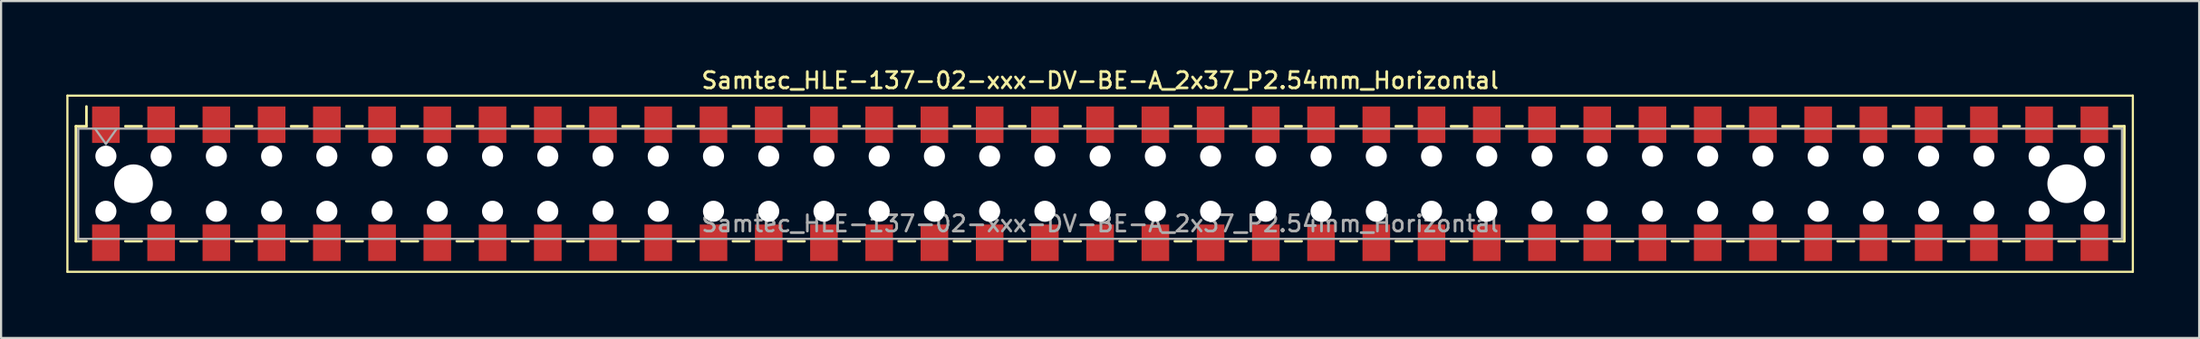
<source format=kicad_pcb>
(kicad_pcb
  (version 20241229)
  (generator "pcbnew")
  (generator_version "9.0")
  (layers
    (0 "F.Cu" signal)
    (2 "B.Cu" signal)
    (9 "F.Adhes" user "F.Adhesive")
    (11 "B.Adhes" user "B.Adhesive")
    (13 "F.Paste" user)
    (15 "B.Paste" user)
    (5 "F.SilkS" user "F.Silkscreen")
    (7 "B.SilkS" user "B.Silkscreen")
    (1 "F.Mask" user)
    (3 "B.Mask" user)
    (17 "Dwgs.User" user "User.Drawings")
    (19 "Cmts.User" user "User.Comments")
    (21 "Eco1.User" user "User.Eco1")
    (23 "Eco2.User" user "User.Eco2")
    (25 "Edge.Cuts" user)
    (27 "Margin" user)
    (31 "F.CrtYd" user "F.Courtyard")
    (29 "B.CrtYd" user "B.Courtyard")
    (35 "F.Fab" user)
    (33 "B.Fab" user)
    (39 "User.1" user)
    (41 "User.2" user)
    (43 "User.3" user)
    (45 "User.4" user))
  (footprint "Samtec_HLE-137-02-xxx-DV-BE-A_2x37_P2.54mm_Horizontal"
    (layer "F.Cu")
    (at 47.54 5.418)
    (property "Reference" "Samtec_HLE-137-02-xxx-DV-BE-A_2x37_P2.54mm_Horizontal" (at 0 -4.76 0) (layer "F.SilkS") (effects (font (size 0.75 0.75) (thickness 0.125))))
    (attr smd)
    (fp_line (start -47.49 -4.06) (end 47.49 -4.06) (stroke (width 0.1) (type solid)) (layer "F.SilkS"))
    (fp_line (start -47.49 4.06) (end -47.49 -4.06) (stroke (width 0.1) (type solid)) (layer "F.SilkS"))
    (fp_line (start -47.1 -2.65) (end -47.1 2.65) (stroke (width 0.12) (type solid)) (layer "F.SilkS"))
    (fp_line (start -47.1 2.65) (end -46.615 2.65) (stroke (width 0.12) (type solid)) (layer "F.SilkS"))
    (fp_line (start -46.615 -3.56) (end -46.615 -2.65) (stroke (width 0.12) (type solid)) (layer "F.SilkS"))
    (fp_line (start -46.615 -2.65) (end -47.1 -2.65) (stroke (width 0.12) (type solid)) (layer "F.SilkS"))
    (fp_line (start -44.825 -2.65) (end -44.075 -2.65) (stroke (width 0.12) (type solid)) (layer "F.SilkS"))
    (fp_line (start -44.825 2.65) (end -44.075 2.65) (stroke (width 0.12) (type solid)) (layer "F.SilkS"))
    (fp_line (start -42.285 -2.65) (end -41.535 -2.65) (stroke (width 0.12) (type solid)) (layer "F.SilkS"))
    (fp_line (start -42.285 2.65) (end -41.535 2.65) (stroke (width 0.12) (type solid)) (layer "F.SilkS"))
    (fp_line (start -39.745 -2.65) (end -38.995 -2.65) (stroke (width 0.12) (type solid)) (layer "F.SilkS"))
    (fp_line (start -39.745 2.65) (end -38.995 2.65) (stroke (width 0.12) (type solid)) (layer "F.SilkS"))
    (fp_line (start -37.205 -2.65) (end -36.455 -2.65) (stroke (width 0.12) (type solid)) (layer "F.SilkS"))
    (fp_line (start -37.205 2.65) (end -36.455 2.65) (stroke (width 0.12) (type solid)) (layer "F.SilkS"))
    (fp_line (start -34.665 -2.65) (end -33.915 -2.65) (stroke (width 0.12) (type solid)) (layer "F.SilkS"))
    (fp_line (start -34.665 2.65) (end -33.915 2.65) (stroke (width 0.12) (type solid)) (layer "F.SilkS"))
    (fp_line (start -32.125 -2.65) (end -31.375 -2.65) (stroke (width 0.12) (type solid)) (layer "F.SilkS"))
    (fp_line (start -32.125 2.65) (end -31.375 2.65) (stroke (width 0.12) (type solid)) (layer "F.SilkS"))
    (fp_line (start -29.585 -2.65) (end -28.835 -2.65) (stroke (width 0.12) (type solid)) (layer "F.SilkS"))
    (fp_line (start -29.585 2.65) (end -28.835 2.65) (stroke (width 0.12) (type solid)) (layer "F.SilkS"))
    (fp_line (start -27.045 -2.65) (end -26.295 -2.65) (stroke (width 0.12) (type solid)) (layer "F.SilkS"))
    (fp_line (start -27.045 2.65) (end -26.295 2.65) (stroke (width 0.12) (type solid)) (layer "F.SilkS"))
    (fp_line (start -24.505 -2.65) (end -23.755 -2.65) (stroke (width 0.12) (type solid)) (layer "F.SilkS"))
    (fp_line (start -24.505 2.65) (end -23.755 2.65) (stroke (width 0.12) (type solid)) (layer "F.SilkS"))
    (fp_line (start -21.965 -2.65) (end -21.215 -2.65) (stroke (width 0.12) (type solid)) (layer "F.SilkS"))
    (fp_line (start -21.965 2.65) (end -21.215 2.65) (stroke (width 0.12) (type solid)) (layer "F.SilkS"))
    (fp_line (start -19.425 -2.65) (end -18.675 -2.65) (stroke (width 0.12) (type solid)) (layer "F.SilkS"))
    (fp_line (start -19.425 2.65) (end -18.675 2.65) (stroke (width 0.12) (type solid)) (layer "F.SilkS"))
    (fp_line (start -16.885 -2.65) (end -16.135 -2.65) (stroke (width 0.12) (type solid)) (layer "F.SilkS"))
    (fp_line (start -16.885 2.65) (end -16.135 2.65) (stroke (width 0.12) (type solid)) (layer "F.SilkS"))
    (fp_line (start -14.345 -2.65) (end -13.595 -2.65) (stroke (width 0.12) (type solid)) (layer "F.SilkS"))
    (fp_line (start -14.345 2.65) (end -13.595 2.65) (stroke (width 0.12) (type solid)) (layer "F.SilkS"))
    (fp_line (start -11.805 -2.65) (end -11.055 -2.65) (stroke (width 0.12) (type solid)) (layer "F.SilkS"))
    (fp_line (start -11.805 2.65) (end -11.055 2.65) (stroke (width 0.12) (type solid)) (layer "F.SilkS"))
    (fp_line (start -9.265 -2.65) (end -8.515 -2.65) (stroke (width 0.12) (type solid)) (layer "F.SilkS"))
    (fp_line (start -9.265 2.65) (end -8.515 2.65) (stroke (width 0.12) (type solid)) (layer "F.SilkS"))
    (fp_line (start -6.725 -2.65) (end -5.975 -2.65) (stroke (width 0.12) (type solid)) (layer "F.SilkS"))
    (fp_line (start -6.725 2.65) (end -5.975 2.65) (stroke (width 0.12) (type solid)) (layer "F.SilkS"))
    (fp_line (start -4.185 -2.65) (end -3.435 -2.65) (stroke (width 0.12) (type solid)) (layer "F.SilkS"))
    (fp_line (start -4.185 2.65) (end -3.435 2.65) (stroke (width 0.12) (type solid)) (layer "F.SilkS"))
    (fp_line (start -1.645 -2.65) (end -0.895 -2.65) (stroke (width 0.12) (type solid)) (layer "F.SilkS"))
    (fp_line (start -1.645 2.65) (end -0.895 2.65) (stroke (width 0.12) (type solid)) (layer "F.SilkS"))
    (fp_line (start 0.895 -2.65) (end 1.645 -2.65) (stroke (width 0.12) (type solid)) (layer "F.SilkS"))
    (fp_line (start 0.895 2.65) (end 1.645 2.65) (stroke (width 0.12) (type solid)) (layer "F.SilkS"))
    (fp_line (start 3.435 -2.65) (end 4.185 -2.65) (stroke (width 0.12) (type solid)) (layer "F.SilkS"))
    (fp_line (start 3.435 2.65) (end 4.185 2.65) (stroke (width 0.12) (type solid)) (layer "F.SilkS"))
    (fp_line (start 5.975 -2.65) (end 6.725 -2.65) (stroke (width 0.12) (type solid)) (layer "F.SilkS"))
    (fp_line (start 5.975 2.65) (end 6.725 2.65) (stroke (width 0.12) (type solid)) (layer "F.SilkS"))
    (fp_line (start 8.515 -2.65) (end 9.265 -2.65) (stroke (width 0.12) (type solid)) (layer "F.SilkS"))
    (fp_line (start 8.515 2.65) (end 9.265 2.65) (stroke (width 0.12) (type solid)) (layer "F.SilkS"))
    (fp_line (start 11.055 -2.65) (end 11.805 -2.65) (stroke (width 0.12) (type solid)) (layer "F.SilkS"))
    (fp_line (start 11.055 2.65) (end 11.805 2.65) (stroke (width 0.12) (type solid)) (layer "F.SilkS"))
    (fp_line (start 13.595 -2.65) (end 14.345 -2.65) (stroke (width 0.12) (type solid)) (layer "F.SilkS"))
    (fp_line (start 13.595 2.65) (end 14.345 2.65) (stroke (width 0.12) (type solid)) (layer "F.SilkS"))
    (fp_line (start 16.135 -2.65) (end 16.885 -2.65) (stroke (width 0.12) (type solid)) (layer "F.SilkS"))
    (fp_line (start 16.135 2.65) (end 16.885 2.65) (stroke (width 0.12) (type solid)) (layer "F.SilkS"))
    (fp_line (start 18.675 -2.65) (end 19.425 -2.65) (stroke (width 0.12) (type solid)) (layer "F.SilkS"))
    (fp_line (start 18.675 2.65) (end 19.425 2.65) (stroke (width 0.12) (type solid)) (layer "F.SilkS"))
    (fp_line (start 21.215 -2.65) (end 21.965 -2.65) (stroke (width 0.12) (type solid)) (layer "F.SilkS"))
    (fp_line (start 21.215 2.65) (end 21.965 2.65) (stroke (width 0.12) (type solid)) (layer "F.SilkS"))
    (fp_line (start 23.755 -2.65) (end 24.505 -2.65) (stroke (width 0.12) (type solid)) (layer "F.SilkS"))
    (fp_line (start 23.755 2.65) (end 24.505 2.65) (stroke (width 0.12) (type solid)) (layer "F.SilkS"))
    (fp_line (start 26.295 -2.65) (end 27.045 -2.65) (stroke (width 0.12) (type solid)) (layer "F.SilkS"))
    (fp_line (start 26.295 2.65) (end 27.045 2.65) (stroke (width 0.12) (type solid)) (layer "F.SilkS"))
    (fp_line (start 28.835 -2.65) (end 29.585 -2.65) (stroke (width 0.12) (type solid)) (layer "F.SilkS"))
    (fp_line (start 28.835 2.65) (end 29.585 2.65) (stroke (width 0.12) (type solid)) (layer "F.SilkS"))
    (fp_line (start 31.375 -2.65) (end 32.125 -2.65) (stroke (width 0.12) (type solid)) (layer "F.SilkS"))
    (fp_line (start 31.375 2.65) (end 32.125 2.65) (stroke (width 0.12) (type solid)) (layer "F.SilkS"))
    (fp_line (start 33.915 -2.65) (end 34.665 -2.65) (stroke (width 0.12) (type solid)) (layer "F.SilkS"))
    (fp_line (start 33.915 2.65) (end 34.665 2.65) (stroke (width 0.12) (type solid)) (layer "F.SilkS"))
    (fp_line (start 36.455 -2.65) (end 37.205 -2.65) (stroke (width 0.12) (type solid)) (layer "F.SilkS"))
    (fp_line (start 36.455 2.65) (end 37.205 2.65) (stroke (width 0.12) (type solid)) (layer "F.SilkS"))
    (fp_line (start 38.995 -2.65) (end 39.745 -2.65) (stroke (width 0.12) (type solid)) (layer "F.SilkS"))
    (fp_line (start 38.995 2.65) (end 39.745 2.65) (stroke (width 0.12) (type solid)) (layer "F.SilkS"))
    (fp_line (start 41.535 -2.65) (end 42.285 -2.65) (stroke (width 0.12) (type solid)) (layer "F.SilkS"))
    (fp_line (start 41.535 2.65) (end 42.285 2.65) (stroke (width 0.12) (type solid)) (layer "F.SilkS"))
    (fp_line (start 44.075 -2.65) (end 44.825 -2.65) (stroke (width 0.12) (type solid)) (layer "F.SilkS"))
    (fp_line (start 44.075 2.65) (end 44.825 2.65) (stroke (width 0.12) (type solid)) (layer "F.SilkS"))
    (fp_line (start 46.615 -2.65) (end 47.1 -2.65) (stroke (width 0.12) (type solid)) (layer "F.SilkS"))
    (fp_line (start 47.1 -2.65) (end 47.1 2.65) (stroke (width 0.12) (type solid)) (layer "F.SilkS"))
    (fp_line (start 47.1 2.65) (end 46.615 2.65) (stroke (width 0.12) (type solid)) (layer "F.SilkS"))
    (fp_line (start 47.49 -4.06) (end 47.49 4.06) (stroke (width 0.1) (type solid)) (layer "F.SilkS"))
    (fp_line (start 47.49 4.06) (end -47.49 4.06) (stroke (width 0.1) (type solid)) (layer "F.SilkS"))
    (fp_line (start -46.99 -2.54) (end 46.99 -2.54) (stroke (width 0.1) (type solid)) (layer "F.Fab"))
    (fp_line (start -46.99 2.54) (end -46.99 -2.54) (stroke (width 0.1) (type solid)) (layer "F.Fab"))
    (fp_line (start -46.22 -2.54) (end -45.72 -1.833) (stroke (width 0.1) (type solid)) (layer "F.Fab"))
    (fp_line (start -45.72 -1.833) (end -45.22 -2.54) (stroke (width 0.1) (type solid)) (layer "F.Fab"))
    (fp_line (start 46.99 -2.54) (end 46.99 2.54) (stroke (width 0.1) (type solid)) (layer "F.Fab"))
    (fp_line (start 46.99 2.54) (end -46.99 2.54) (stroke (width 0.1) (type solid)) (layer "F.Fab"))
    (fp_text user "${REFERENCE}" (at 0 1.84 0) (layer "F.Fab") (effects (font (size 0.75 0.75) (thickness 0.125))))
    (pad "" np_thru_hole circle (at -45.72 -1.27) (size 0.97 0.97) (drill 0.97) (layers "*.Cu" "*.Mask"))
    (pad "" np_thru_hole circle (at -45.72 1.27) (size 0.97 0.97) (drill 0.97) (layers "*.Cu" "*.Mask"))
    (pad "" np_thru_hole circle (at -44.45 0) (size 1.78 1.78) (drill 1.78) (layers "*.Cu" "*.Mask"))
    (pad "" np_thru_hole circle (at -43.18 -1.27) (size 0.97 0.97) (drill 0.97) (layers "*.Cu" "*.Mask"))
    (pad "" np_thru_hole circle (at -43.18 1.27) (size 0.97 0.97) (drill 0.97) (layers "*.Cu" "*.Mask"))
    (pad "" np_thru_hole circle (at -40.64 -1.27) (size 0.97 0.97) (drill 0.97) (layers "*.Cu" "*.Mask"))
    (pad "" np_thru_hole circle (at -40.64 1.27) (size 0.97 0.97) (drill 0.97) (layers "*.Cu" "*.Mask"))
    (pad "" np_thru_hole circle (at -38.1 -1.27) (size 0.97 0.97) (drill 0.97) (layers "*.Cu" "*.Mask"))
    (pad "" np_thru_hole circle (at -38.1 1.27) (size 0.97 0.97) (drill 0.97) (layers "*.Cu" "*.Mask"))
    (pad "" np_thru_hole circle (at -35.56 -1.27) (size 0.97 0.97) (drill 0.97) (layers "*.Cu" "*.Mask"))
    (pad "" np_thru_hole circle (at -35.56 1.27) (size 0.97 0.97) (drill 0.97) (layers "*.Cu" "*.Mask"))
    (pad "" np_thru_hole circle (at -33.02 -1.27) (size 0.97 0.97) (drill 0.97) (layers "*.Cu" "*.Mask"))
    (pad "" np_thru_hole circle (at -33.02 1.27) (size 0.97 0.97) (drill 0.97) (layers "*.Cu" "*.Mask"))
    (pad "" np_thru_hole circle (at -30.48 -1.27) (size 0.97 0.97) (drill 0.97) (layers "*.Cu" "*.Mask"))
    (pad "" np_thru_hole circle (at -30.48 1.27) (size 0.97 0.97) (drill 0.97) (layers "*.Cu" "*.Mask"))
    (pad "" np_thru_hole circle (at -27.94 -1.27) (size 0.97 0.97) (drill 0.97) (layers "*.Cu" "*.Mask"))
    (pad "" np_thru_hole circle (at -27.94 1.27) (size 0.97 0.97) (drill 0.97) (layers "*.Cu" "*.Mask"))
    (pad "" np_thru_hole circle (at -25.4 -1.27) (size 0.97 0.97) (drill 0.97) (layers "*.Cu" "*.Mask"))
    (pad "" np_thru_hole circle (at -25.4 1.27) (size 0.97 0.97) (drill 0.97) (layers "*.Cu" "*.Mask"))
    (pad "" np_thru_hole circle (at -22.86 -1.27) (size 0.97 0.97) (drill 0.97) (layers "*.Cu" "*.Mask"))
    (pad "" np_thru_hole circle (at -22.86 1.27) (size 0.97 0.97) (drill 0.97) (layers "*.Cu" "*.Mask"))
    (pad "" np_thru_hole circle (at -20.32 -1.27) (size 0.97 0.97) (drill 0.97) (layers "*.Cu" "*.Mask"))
    (pad "" np_thru_hole circle (at -20.32 1.27) (size 0.97 0.97) (drill 0.97) (layers "*.Cu" "*.Mask"))
    (pad "" np_thru_hole circle (at -17.78 -1.27) (size 0.97 0.97) (drill 0.97) (layers "*.Cu" "*.Mask"))
    (pad "" np_thru_hole circle (at -17.78 1.27) (size 0.97 0.97) (drill 0.97) (layers "*.Cu" "*.Mask"))
    (pad "" np_thru_hole circle (at -15.24 -1.27) (size 0.97 0.97) (drill 0.97) (layers "*.Cu" "*.Mask"))
    (pad "" np_thru_hole circle (at -15.24 1.27) (size 0.97 0.97) (drill 0.97) (layers "*.Cu" "*.Mask"))
    (pad "" np_thru_hole circle (at -12.7 -1.27) (size 0.97 0.97) (drill 0.97) (layers "*.Cu" "*.Mask"))
    (pad "" np_thru_hole circle (at -12.7 1.27) (size 0.97 0.97) (drill 0.97) (layers "*.Cu" "*.Mask"))
    (pad "" np_thru_hole circle (at -10.16 -1.27) (size 0.97 0.97) (drill 0.97) (layers "*.Cu" "*.Mask"))
    (pad "" np_thru_hole circle (at -10.16 1.27) (size 0.97 0.97) (drill 0.97) (layers "*.Cu" "*.Mask"))
    (pad "" np_thru_hole circle (at -7.62 -1.27) (size 0.97 0.97) (drill 0.97) (layers "*.Cu" "*.Mask"))
    (pad "" np_thru_hole circle (at -7.62 1.27) (size 0.97 0.97) (drill 0.97) (layers "*.Cu" "*.Mask"))
    (pad "" np_thru_hole circle (at -5.08 -1.27) (size 0.97 0.97) (drill 0.97) (layers "*.Cu" "*.Mask"))
    (pad "" np_thru_hole circle (at -5.08 1.27) (size 0.97 0.97) (drill 0.97) (layers "*.Cu" "*.Mask"))
    (pad "" np_thru_hole circle (at -2.54 -1.27) (size 0.97 0.97) (drill 0.97) (layers "*.Cu" "*.Mask"))
    (pad "" np_thru_hole circle (at -2.54 1.27) (size 0.97 0.97) (drill 0.97) (layers "*.Cu" "*.Mask"))
    (pad "" np_thru_hole circle (at 0 -1.27) (size 0.97 0.97) (drill 0.97) (layers "*.Cu" "*.Mask"))
    (pad "" np_thru_hole circle (at 0 1.27) (size 0.97 0.97) (drill 0.97) (layers "*.Cu" "*.Mask"))
    (pad "" np_thru_hole circle (at 2.54 -1.27) (size 0.97 0.97) (drill 0.97) (layers "*.Cu" "*.Mask"))
    (pad "" np_thru_hole circle (at 2.54 1.27) (size 0.97 0.97) (drill 0.97) (layers "*.Cu" "*.Mask"))
    (pad "" np_thru_hole circle (at 5.08 -1.27) (size 0.97 0.97) (drill 0.97) (layers "*.Cu" "*.Mask"))
    (pad "" np_thru_hole circle (at 5.08 1.27) (size 0.97 0.97) (drill 0.97) (layers "*.Cu" "*.Mask"))
    (pad "" np_thru_hole circle (at 7.62 -1.27) (size 0.97 0.97) (drill 0.97) (layers "*.Cu" "*.Mask"))
    (pad "" np_thru_hole circle (at 7.62 1.27) (size 0.97 0.97) (drill 0.97) (layers "*.Cu" "*.Mask"))
    (pad "" np_thru_hole circle (at 10.16 -1.27) (size 0.97 0.97) (drill 0.97) (layers "*.Cu" "*.Mask"))
    (pad "" np_thru_hole circle (at 10.16 1.27) (size 0.97 0.97) (drill 0.97) (layers "*.Cu" "*.Mask"))
    (pad "" np_thru_hole circle (at 12.7 -1.27) (size 0.97 0.97) (drill 0.97) (layers "*.Cu" "*.Mask"))
    (pad "" np_thru_hole circle (at 12.7 1.27) (size 0.97 0.97) (drill 0.97) (layers "*.Cu" "*.Mask"))
    (pad "" np_thru_hole circle (at 15.24 -1.27) (size 0.97 0.97) (drill 0.97) (layers "*.Cu" "*.Mask"))
    (pad "" np_thru_hole circle (at 15.24 1.27) (size 0.97 0.97) (drill 0.97) (layers "*.Cu" "*.Mask"))
    (pad "" np_thru_hole circle (at 17.78 -1.27) (size 0.97 0.97) (drill 0.97) (layers "*.Cu" "*.Mask"))
    (pad "" np_thru_hole circle (at 17.78 1.27) (size 0.97 0.97) (drill 0.97) (layers "*.Cu" "*.Mask"))
    (pad "" np_thru_hole circle (at 20.32 -1.27) (size 0.97 0.97) (drill 0.97) (layers "*.Cu" "*.Mask"))
    (pad "" np_thru_hole circle (at 20.32 1.27) (size 0.97 0.97) (drill 0.97) (layers "*.Cu" "*.Mask"))
    (pad "" np_thru_hole circle (at 22.86 -1.27) (size 0.97 0.97) (drill 0.97) (layers "*.Cu" "*.Mask"))
    (pad "" np_thru_hole circle (at 22.86 1.27) (size 0.97 0.97) (drill 0.97) (layers "*.Cu" "*.Mask"))
    (pad "" np_thru_hole circle (at 25.4 -1.27) (size 0.97 0.97) (drill 0.97) (layers "*.Cu" "*.Mask"))
    (pad "" np_thru_hole circle (at 25.4 1.27) (size 0.97 0.97) (drill 0.97) (layers "*.Cu" "*.Mask"))
    (pad "" np_thru_hole circle (at 27.94 -1.27) (size 0.97 0.97) (drill 0.97) (layers "*.Cu" "*.Mask"))
    (pad "" np_thru_hole circle (at 27.94 1.27) (size 0.97 0.97) (drill 0.97) (layers "*.Cu" "*.Mask"))
    (pad "" np_thru_hole circle (at 30.48 -1.27) (size 0.97 0.97) (drill 0.97) (layers "*.Cu" "*.Mask"))
    (pad "" np_thru_hole circle (at 30.48 1.27) (size 0.97 0.97) (drill 0.97) (layers "*.Cu" "*.Mask"))
    (pad "" np_thru_hole circle (at 33.02 -1.27) (size 0.97 0.97) (drill 0.97) (layers "*.Cu" "*.Mask"))
    (pad "" np_thru_hole circle (at 33.02 1.27) (size 0.97 0.97) (drill 0.97) (layers "*.Cu" "*.Mask"))
    (pad "" np_thru_hole circle (at 35.56 -1.27) (size 0.97 0.97) (drill 0.97) (layers "*.Cu" "*.Mask"))
    (pad "" np_thru_hole circle (at 35.56 1.27) (size 0.97 0.97) (drill 0.97) (layers "*.Cu" "*.Mask"))
    (pad "" np_thru_hole circle (at 38.1 -1.27) (size 0.97 0.97) (drill 0.97) (layers "*.Cu" "*.Mask"))
    (pad "" np_thru_hole circle (at 38.1 1.27) (size 0.97 0.97) (drill 0.97) (layers "*.Cu" "*.Mask"))
    (pad "" np_thru_hole circle (at 40.64 -1.27) (size 0.97 0.97) (drill 0.97) (layers "*.Cu" "*.Mask"))
    (pad "" np_thru_hole circle (at 40.64 1.27) (size 0.97 0.97) (drill 0.97) (layers "*.Cu" "*.Mask"))
    (pad "" np_thru_hole circle (at 43.18 -1.27) (size 0.97 0.97) (drill 0.97) (layers "*.Cu" "*.Mask"))
    (pad "" np_thru_hole circle (at 43.18 1.27) (size 0.97 0.97) (drill 0.97) (layers "*.Cu" "*.Mask"))
    (pad "" np_thru_hole circle (at 44.45 0) (size 1.78 1.78) (drill 1.78) (layers "*.Cu" "*.Mask"))
    (pad "" np_thru_hole circle (at 45.72 -1.27) (size 0.97 0.97) (drill 0.97) (layers "*.Cu" "*.Mask"))
    (pad "" np_thru_hole circle (at 45.72 1.27) (size 0.97 0.97) (drill 0.97) (layers "*.Cu" "*.Mask"))
    (pad "1" smd rect (at -45.72 -2.72) (size 1.27 1.68) (layers "F.Cu" "F.Mask" "F.Paste"))
    (pad "2" smd rect (at -45.72 2.72) (size 1.27 1.68) (layers "F.Cu" "F.Mask" "F.Paste"))
    (pad "3" smd rect (at -43.18 -2.72) (size 1.27 1.68) (layers "F.Cu" "F.Mask" "F.Paste"))
    (pad "4" smd rect (at -43.18 2.72) (size 1.27 1.68) (layers "F.Cu" "F.Mask" "F.Paste"))
    (pad "5" smd rect (at -40.64 -2.72) (size 1.27 1.68) (layers "F.Cu" "F.Mask" "F.Paste"))
    (pad "6" smd rect (at -40.64 2.72) (size 1.27 1.68) (layers "F.Cu" "F.Mask" "F.Paste"))
    (pad "7" smd rect (at -38.1 -2.72) (size 1.27 1.68) (layers "F.Cu" "F.Mask" "F.Paste"))
    (pad "8" smd rect (at -38.1 2.72) (size 1.27 1.68) (layers "F.Cu" "F.Mask" "F.Paste"))
    (pad "9" smd rect (at -35.56 -2.72) (size 1.27 1.68) (layers "F.Cu" "F.Mask" "F.Paste"))
    (pad "10" smd rect (at -35.56 2.72) (size 1.27 1.68) (layers "F.Cu" "F.Mask" "F.Paste"))
    (pad "11" smd rect (at -33.02 -2.72) (size 1.27 1.68) (layers "F.Cu" "F.Mask" "F.Paste"))
    (pad "12" smd rect (at -33.02 2.72) (size 1.27 1.68) (layers "F.Cu" "F.Mask" "F.Paste"))
    (pad "13" smd rect (at -30.48 -2.72) (size 1.27 1.68) (layers "F.Cu" "F.Mask" "F.Paste"))
    (pad "14" smd rect (at -30.48 2.72) (size 1.27 1.68) (layers "F.Cu" "F.Mask" "F.Paste"))
    (pad "15" smd rect (at -27.94 -2.72) (size 1.27 1.68) (layers "F.Cu" "F.Mask" "F.Paste"))
    (pad "16" smd rect (at -27.94 2.72) (size 1.27 1.68) (layers "F.Cu" "F.Mask" "F.Paste"))
    (pad "17" smd rect (at -25.4 -2.72) (size 1.27 1.68) (layers "F.Cu" "F.Mask" "F.Paste"))
    (pad "18" smd rect (at -25.4 2.72) (size 1.27 1.68) (layers "F.Cu" "F.Mask" "F.Paste"))
    (pad "19" smd rect (at -22.86 -2.72) (size 1.27 1.68) (layers "F.Cu" "F.Mask" "F.Paste"))
    (pad "20" smd rect (at -22.86 2.72) (size 1.27 1.68) (layers "F.Cu" "F.Mask" "F.Paste"))
    (pad "21" smd rect (at -20.32 -2.72) (size 1.27 1.68) (layers "F.Cu" "F.Mask" "F.Paste"))
    (pad "22" smd rect (at -20.32 2.72) (size 1.27 1.68) (layers "F.Cu" "F.Mask" "F.Paste"))
    (pad "23" smd rect (at -17.78 -2.72) (size 1.27 1.68) (layers "F.Cu" "F.Mask" "F.Paste"))
    (pad "24" smd rect (at -17.78 2.72) (size 1.27 1.68) (layers "F.Cu" "F.Mask" "F.Paste"))
    (pad "25" smd rect (at -15.24 -2.72) (size 1.27 1.68) (layers "F.Cu" "F.Mask" "F.Paste"))
    (pad "26" smd rect (at -15.24 2.72) (size 1.27 1.68) (layers "F.Cu" "F.Mask" "F.Paste"))
    (pad "27" smd rect (at -12.7 -2.72) (size 1.27 1.68) (layers "F.Cu" "F.Mask" "F.Paste"))
    (pad "28" smd rect (at -12.7 2.72) (size 1.27 1.68) (layers "F.Cu" "F.Mask" "F.Paste"))
    (pad "29" smd rect (at -10.16 -2.72) (size 1.27 1.68) (layers "F.Cu" "F.Mask" "F.Paste"))
    (pad "30" smd rect (at -10.16 2.72) (size 1.27 1.68) (layers "F.Cu" "F.Mask" "F.Paste"))
    (pad "31" smd rect (at -7.62 -2.72) (size 1.27 1.68) (layers "F.Cu" "F.Mask" "F.Paste"))
    (pad "32" smd rect (at -7.62 2.72) (size 1.27 1.68) (layers "F.Cu" "F.Mask" "F.Paste"))
    (pad "33" smd rect (at -5.08 -2.72) (size 1.27 1.68) (layers "F.Cu" "F.Mask" "F.Paste"))
    (pad "34" smd rect (at -5.08 2.72) (size 1.27 1.68) (layers "F.Cu" "F.Mask" "F.Paste"))
    (pad "35" smd rect (at -2.54 -2.72) (size 1.27 1.68) (layers "F.Cu" "F.Mask" "F.Paste"))
    (pad "36" smd rect (at -2.54 2.72) (size 1.27 1.68) (layers "F.Cu" "F.Mask" "F.Paste"))
    (pad "37" smd rect (at 0 -2.72) (size 1.27 1.68) (layers "F.Cu" "F.Mask" "F.Paste"))
    (pad "38" smd rect (at 0 2.72) (size 1.27 1.68) (layers "F.Cu" "F.Mask" "F.Paste"))
    (pad "39" smd rect (at 2.54 -2.72) (size 1.27 1.68) (layers "F.Cu" "F.Mask" "F.Paste"))
    (pad "40" smd rect (at 2.54 2.72) (size 1.27 1.68) (layers "F.Cu" "F.Mask" "F.Paste"))
    (pad "41" smd rect (at 5.08 -2.72) (size 1.27 1.68) (layers "F.Cu" "F.Mask" "F.Paste"))
    (pad "42" smd rect (at 5.08 2.72) (size 1.27 1.68) (layers "F.Cu" "F.Mask" "F.Paste"))
    (pad "43" smd rect (at 7.62 -2.72) (size 1.27 1.68) (layers "F.Cu" "F.Mask" "F.Paste"))
    (pad "44" smd rect (at 7.62 2.72) (size 1.27 1.68) (layers "F.Cu" "F.Mask" "F.Paste"))
    (pad "45" smd rect (at 10.16 -2.72) (size 1.27 1.68) (layers "F.Cu" "F.Mask" "F.Paste"))
    (pad "46" smd rect (at 10.16 2.72) (size 1.27 1.68) (layers "F.Cu" "F.Mask" "F.Paste"))
    (pad "47" smd rect (at 12.7 -2.72) (size 1.27 1.68) (layers "F.Cu" "F.Mask" "F.Paste"))
    (pad "48" smd rect (at 12.7 2.72) (size 1.27 1.68) (layers "F.Cu" "F.Mask" "F.Paste"))
    (pad "49" smd rect (at 15.24 -2.72) (size 1.27 1.68) (layers "F.Cu" "F.Mask" "F.Paste"))
    (pad "50" smd rect (at 15.24 2.72) (size 1.27 1.68) (layers "F.Cu" "F.Mask" "F.Paste"))
    (pad "51" smd rect (at 17.78 -2.72) (size 1.27 1.68) (layers "F.Cu" "F.Mask" "F.Paste"))
    (pad "52" smd rect (at 17.78 2.72) (size 1.27 1.68) (layers "F.Cu" "F.Mask" "F.Paste"))
    (pad "53" smd rect (at 20.32 -2.72) (size 1.27 1.68) (layers "F.Cu" "F.Mask" "F.Paste"))
    (pad "54" smd rect (at 20.32 2.72) (size 1.27 1.68) (layers "F.Cu" "F.Mask" "F.Paste"))
    (pad "55" smd rect (at 22.86 -2.72) (size 1.27 1.68) (layers "F.Cu" "F.Mask" "F.Paste"))
    (pad "56" smd rect (at 22.86 2.72) (size 1.27 1.68) (layers "F.Cu" "F.Mask" "F.Paste"))
    (pad "57" smd rect (at 25.4 -2.72) (size 1.27 1.68) (layers "F.Cu" "F.Mask" "F.Paste"))
    (pad "58" smd rect (at 25.4 2.72) (size 1.27 1.68) (layers "F.Cu" "F.Mask" "F.Paste"))
    (pad "59" smd rect (at 27.94 -2.72) (size 1.27 1.68) (layers "F.Cu" "F.Mask" "F.Paste"))
    (pad "60" smd rect (at 27.94 2.72) (size 1.27 1.68) (layers "F.Cu" "F.Mask" "F.Paste"))
    (pad "61" smd rect (at 30.48 -2.72) (size 1.27 1.68) (layers "F.Cu" "F.Mask" "F.Paste"))
    (pad "62" smd rect (at 30.48 2.72) (size 1.27 1.68) (layers "F.Cu" "F.Mask" "F.Paste"))
    (pad "63" smd rect (at 33.02 -2.72) (size 1.27 1.68) (layers "F.Cu" "F.Mask" "F.Paste"))
    (pad "64" smd rect (at 33.02 2.72) (size 1.27 1.68) (layers "F.Cu" "F.Mask" "F.Paste"))
    (pad "65" smd rect (at 35.56 -2.72) (size 1.27 1.68) (layers "F.Cu" "F.Mask" "F.Paste"))
    (pad "66" smd rect (at 35.56 2.72) (size 1.27 1.68) (layers "F.Cu" "F.Mask" "F.Paste"))
    (pad "67" smd rect (at 38.1 -2.72) (size 1.27 1.68) (layers "F.Cu" "F.Mask" "F.Paste"))
    (pad "68" smd rect (at 38.1 2.72) (size 1.27 1.68) (layers "F.Cu" "F.Mask" "F.Paste"))
    (pad "69" smd rect (at 40.64 -2.72) (size 1.27 1.68) (layers "F.Cu" "F.Mask" "F.Paste"))
    (pad "70" smd rect (at 40.64 2.72) (size 1.27 1.68) (layers "F.Cu" "F.Mask" "F.Paste"))
    (pad "71" smd rect (at 43.18 -2.72) (size 1.27 1.68) (layers "F.Cu" "F.Mask" "F.Paste"))
    (pad "72" smd rect (at 43.18 2.72) (size 1.27 1.68) (layers "F.Cu" "F.Mask" "F.Paste"))
    (pad "73" smd rect (at 45.72 -2.72) (size 1.27 1.68) (layers "F.Cu" "F.Mask" "F.Paste"))
    (pad "74" smd rect (at 45.72 2.72) (size 1.27 1.68) (layers "F.Cu" "F.Mask" "F.Paste")))
  (gr_rect
    (start -3 -3)
    (end 98.08 12.528)
    (stroke (width 0.1) (type default))
    (fill no)
    (layer "Edge.Cuts")))
</source>
